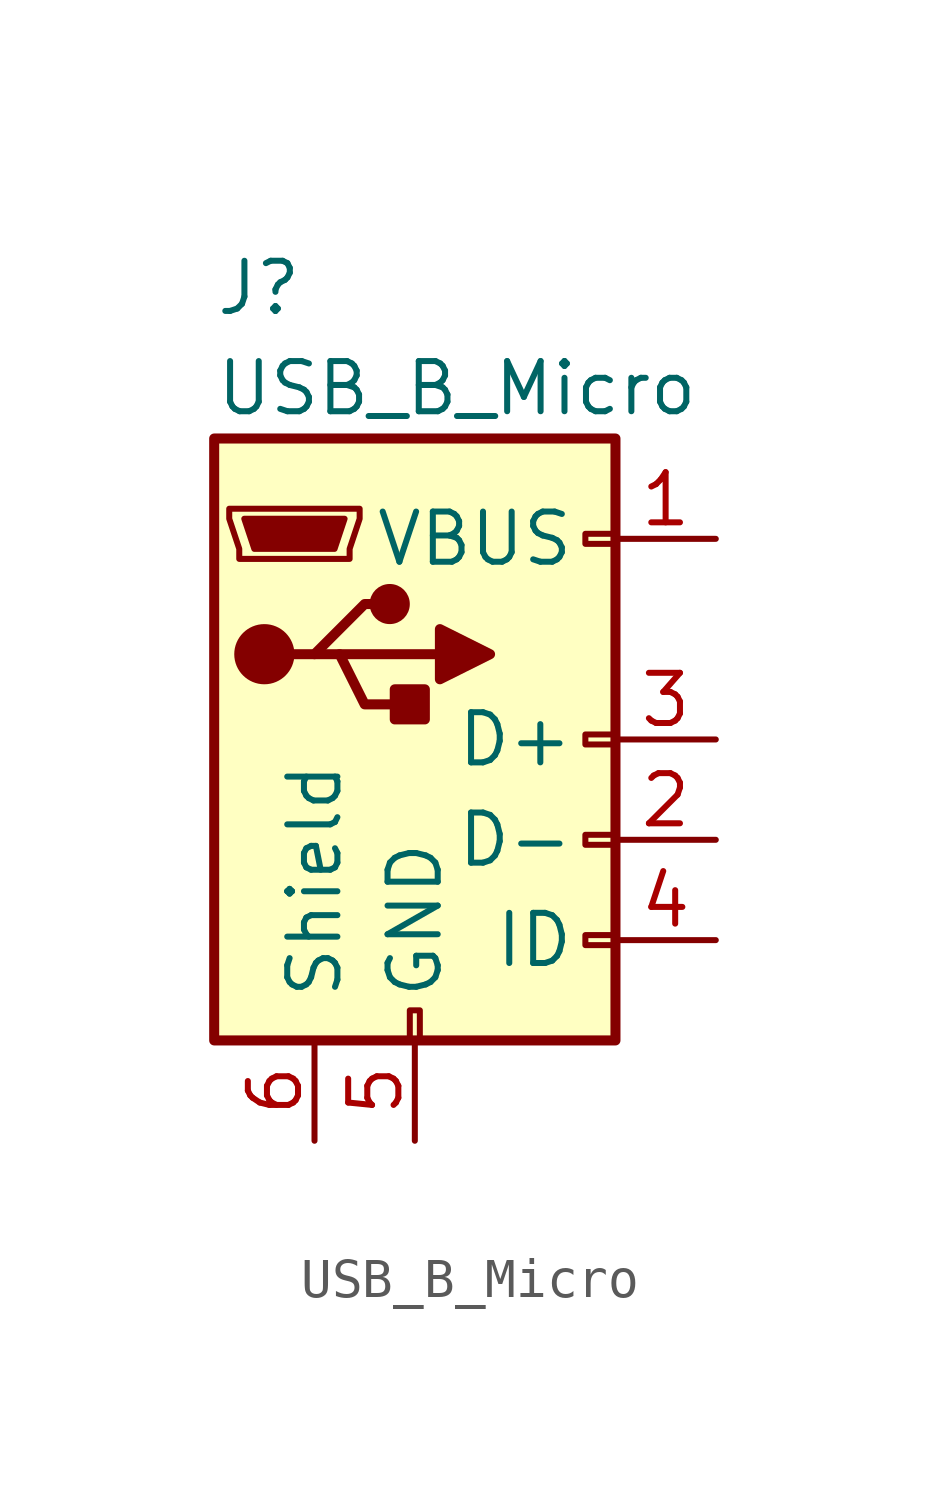
<source format=kicad_sym>
(kicad_symbol_lib
  (version 20211014)
  (generator kicad_symbol_editor)
  (symbol "USB_B_Micro"
    (pin_names
      (offset 1.016))
    (property "Reference" "J"
      (at -5.08 11.43 0)
      (effects (font (size 1.27 1.27)) (justify left)))
    (property "Value" "USB_B_Micro"
      (at -5.08 8.89 0)
      (effects (font (size 1.27 1.27)) (justify left)))
    (symbol "USB_B_Micro_0_1"
      (rectangle (start -5.08 -7.62) (end 5.08 7.62) (stroke (width 0.254) (type default) (color 0 0 0 0)) (fill (type background)))
      (circle (center -3.81 2.159) (radius 0.635) (stroke (width 0.254) (type default) (color 0 0 0 0)) (fill (type outline)))
      (circle (center -0.635 3.429) (radius 0.381) (stroke (width 0.254) (type default) (color 0 0 0 0)) (fill (type outline)))
      (rectangle (start -0.127 -7.62) (end 0.127 -6.858) (stroke (width 0) (type default) (color 0 0 0 0)) (fill (type none)))
      (polyline (pts (xy -1.905 2.159) (xy 0.635 2.159)) (stroke (width 0.254) (type default) (color 0 0 0 0)) (fill (type none)))
      (polyline (pts (xy -3.175 2.159) (xy -2.54 2.159) (xy -1.27 3.429) (xy -0.635 3.429)) (stroke (width 0.254) (type default) (color 0 0 0 0)) (fill (type none)))
      (polyline (pts (xy -2.54 2.159) (xy -1.905 2.159) (xy -1.27 0.889) (xy 0 0.889)) (stroke (width 0.254) (type default) (color 0 0 0 0)) (fill (type none)))
      (polyline (pts (xy 0.635 2.794) (xy 0.635 1.524) (xy 1.905 2.159) (xy 0.635 2.794)) (stroke (width 0.254) (type default) (color 0 0 0 0)) (fill (type outline)))
      (polyline (pts (xy -4.318 5.588) (xy -1.778 5.588) (xy -2.032 4.826) (xy -4.064 4.826) (xy -4.318 5.588)) (stroke (width 0) (type default) (color 0 0 0 0)) (fill (type outline)))
      (polyline (pts (xy -4.699 5.842) (xy -4.699 5.588) (xy -4.445 4.826) (xy -4.445 4.572) (xy -1.651 4.572) (xy -1.651 4.826) (xy -1.397 5.588) (xy -1.397 5.842) (xy -4.699 5.842)) (stroke (width 0) (type default) (color 0 0 0 0)) (fill (type none)))
      (rectangle (start 0.254 1.27) (end -0.508 0.508) (stroke (width 0.254) (type default) (color 0 0 0 0)) (fill (type outline)))
      (rectangle (start 5.08 -5.207) (end 4.318 -4.953) (stroke (width 0) (type default) (color 0 0 0 0)) (fill (type none)))
      (rectangle (start 5.08 -2.667) (end 4.318 -2.413) (stroke (width 0) (type default) (color 0 0 0 0)) (fill (type none)))
      (rectangle (start 5.08 -0.127) (end 4.318 0.127) (stroke (width 0) (type default) (color 0 0 0 0)) (fill (type none)))
      (rectangle (start 5.08 4.953) (end 4.318 5.207) (stroke (width 0) (type default) (color 0 0 0 0)) (fill (type none))))
    (symbol "USB_B_Micro_1_1"
      (pin power_out line (at 7.62 5.08 180) (length 2.54) (name "VBUS" (effects (font (size 1.27 1.27)))) (number "1" (effects (font (size 1.27 1.27)))))
      (pin passive line (at 7.62 -2.54 180) (length 2.54) (name "D-" (effects (font (size 1.27 1.27)))) (number "2" (effects (font (size 1.27 1.27)))))
      (pin passive line (at 7.62 0 180) (length 2.54) (name "D+" (effects (font (size 1.27 1.27)))) (number "3" (effects (font (size 1.27 1.27)))))
      (pin passive line (at 7.62 -5.08 180) (length 2.54) (name "ID" (effects (font (size 1.27 1.27)))) (number "4" (effects (font (size 1.27 1.27)))))
      (pin passive line (at 0 -10.16 90) (length 2.54) (name "GND" (effects (font (size 1.27 1.27)))) (number "5" (effects (font (size 1.27 1.27)))))
      (pin passive line (at -2.54 -10.16 90) (length 2.54) (name "Shield" (effects (font (size 1.27 1.27)))) (number "6" (effects (font (size 1.27 1.27))))))))
</source>
